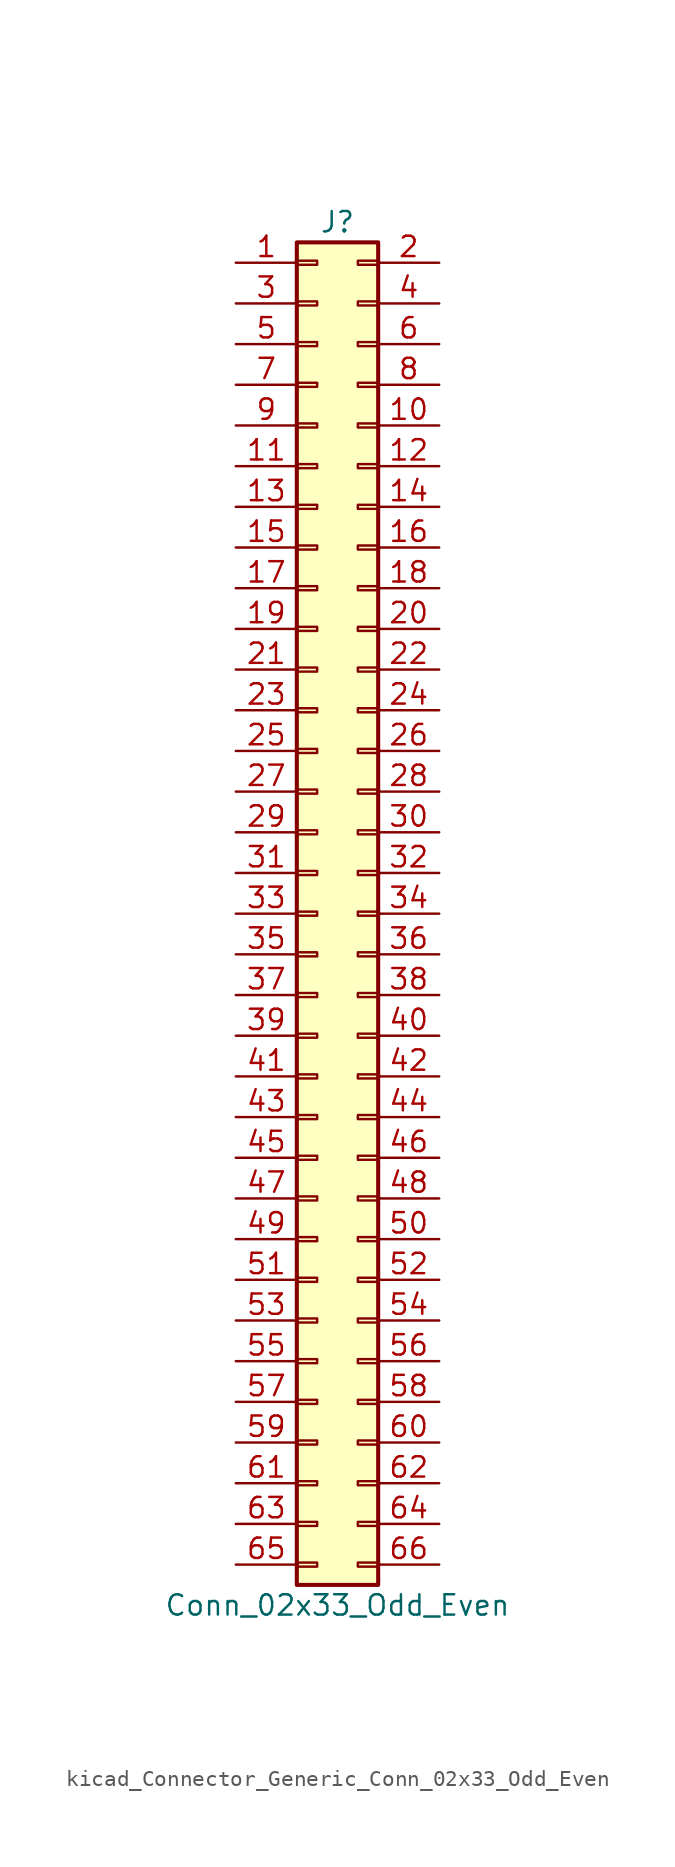
<source format=kicad_sym>
(kicad_symbol_lib
  (version 20220914)
  (generator kicad_symbol_editor)
  (symbol "kicad_Connector_Generic_Conn_02x33_Odd_Even"
    (pin_names
      (offset 1.016) hide)
    (property "Reference" "J"
      (at 1.27 43.18 0)
      (effects (font (size 1.27 1.27))))
    (property "Value" "Conn_02x33_Odd_Even"
      (at 1.27 -43.18 0)
      (effects (font (size 1.27 1.27))))
    (symbol "kicad_Connector_Generic_Conn_02x33_Odd_Even_1_1"
      (rectangle (start -1.27 -40.513) (end 0 -40.767) (stroke (width 0.152) (type default)) (fill (type none)))
      (rectangle (start -1.27 -37.973) (end 0 -38.227) (stroke (width 0.152) (type default)) (fill (type none)))
      (rectangle (start -1.27 -35.433) (end 0 -35.687) (stroke (width 0.152) (type default)) (fill (type none)))
      (rectangle (start -1.27 -32.893) (end 0 -33.147) (stroke (width 0.152) (type default)) (fill (type none)))
      (rectangle (start -1.27 -30.353) (end 0 -30.607) (stroke (width 0.152) (type default)) (fill (type none)))
      (rectangle (start -1.27 -27.813) (end 0 -28.067) (stroke (width 0.152) (type default)) (fill (type none)))
      (rectangle (start -1.27 -25.273) (end 0 -25.527) (stroke (width 0.152) (type default)) (fill (type none)))
      (rectangle (start -1.27 -22.733) (end 0 -22.987) (stroke (width 0.152) (type default)) (fill (type none)))
      (rectangle (start -1.27 -20.193) (end 0 -20.447) (stroke (width 0.152) (type default)) (fill (type none)))
      (rectangle (start -1.27 -17.653) (end 0 -17.907) (stroke (width 0.152) (type default)) (fill (type none)))
      (rectangle (start -1.27 -15.113) (end 0 -15.367) (stroke (width 0.152) (type default)) (fill (type none)))
      (rectangle (start -1.27 -12.573) (end 0 -12.827) (stroke (width 0.152) (type default)) (fill (type none)))
      (rectangle (start -1.27 -10.033) (end 0 -10.287) (stroke (width 0.152) (type default)) (fill (type none)))
      (rectangle (start -1.27 -7.493) (end 0 -7.747) (stroke (width 0.152) (type default)) (fill (type none)))
      (rectangle (start -1.27 -4.953) (end 0 -5.207) (stroke (width 0.152) (type default)) (fill (type none)))
      (rectangle (start -1.27 -2.413) (end 0 -2.667) (stroke (width 0.152) (type default)) (fill (type none)))
      (rectangle (start -1.27 0.127) (end 0 -0.127) (stroke (width 0.152) (type default)) (fill (type none)))
      (rectangle (start -1.27 2.667) (end 0 2.413) (stroke (width 0.152) (type default)) (fill (type none)))
      (rectangle (start -1.27 5.207) (end 0 4.953) (stroke (width 0.152) (type default)) (fill (type none)))
      (rectangle (start -1.27 7.747) (end 0 7.493) (stroke (width 0.152) (type default)) (fill (type none)))
      (rectangle (start -1.27 10.287) (end 0 10.033) (stroke (width 0.152) (type default)) (fill (type none)))
      (rectangle (start -1.27 12.827) (end 0 12.573) (stroke (width 0.152) (type default)) (fill (type none)))
      (rectangle (start -1.27 15.367) (end 0 15.113) (stroke (width 0.152) (type default)) (fill (type none)))
      (rectangle (start -1.27 17.907) (end 0 17.653) (stroke (width 0.152) (type default)) (fill (type none)))
      (rectangle (start -1.27 20.447) (end 0 20.193) (stroke (width 0.152) (type default)) (fill (type none)))
      (rectangle (start -1.27 22.987) (end 0 22.733) (stroke (width 0.152) (type default)) (fill (type none)))
      (rectangle (start -1.27 25.527) (end 0 25.273) (stroke (width 0.152) (type default)) (fill (type none)))
      (rectangle (start -1.27 28.067) (end 0 27.813) (stroke (width 0.152) (type default)) (fill (type none)))
      (rectangle (start -1.27 30.607) (end 0 30.353) (stroke (width 0.152) (type default)) (fill (type none)))
      (rectangle (start -1.27 33.147) (end 0 32.893) (stroke (width 0.152) (type default)) (fill (type none)))
      (rectangle (start -1.27 35.687) (end 0 35.433) (stroke (width 0.152) (type default)) (fill (type none)))
      (rectangle (start -1.27 38.227) (end 0 37.973) (stroke (width 0.152) (type default)) (fill (type none)))
      (rectangle (start -1.27 40.767) (end 0 40.513) (stroke (width 0.152) (type default)) (fill (type none)))
      (rectangle (start -1.27 41.91) (end 3.81 -41.91) (stroke (width 0.254) (type default)) (fill (type background)))
      (rectangle (start 3.81 -40.513) (end 2.54 -40.767) (stroke (width 0.152) (type default)) (fill (type none)))
      (rectangle (start 3.81 -37.973) (end 2.54 -38.227) (stroke (width 0.152) (type default)) (fill (type none)))
      (rectangle (start 3.81 -35.433) (end 2.54 -35.687) (stroke (width 0.152) (type default)) (fill (type none)))
      (rectangle (start 3.81 -32.893) (end 2.54 -33.147) (stroke (width 0.152) (type default)) (fill (type none)))
      (rectangle (start 3.81 -30.353) (end 2.54 -30.607) (stroke (width 0.152) (type default)) (fill (type none)))
      (rectangle (start 3.81 -27.813) (end 2.54 -28.067) (stroke (width 0.152) (type default)) (fill (type none)))
      (rectangle (start 3.81 -25.273) (end 2.54 -25.527) (stroke (width 0.152) (type default)) (fill (type none)))
      (rectangle (start 3.81 -22.733) (end 2.54 -22.987) (stroke (width 0.152) (type default)) (fill (type none)))
      (rectangle (start 3.81 -20.193) (end 2.54 -20.447) (stroke (width 0.152) (type default)) (fill (type none)))
      (rectangle (start 3.81 -17.653) (end 2.54 -17.907) (stroke (width 0.152) (type default)) (fill (type none)))
      (rectangle (start 3.81 -15.113) (end 2.54 -15.367) (stroke (width 0.152) (type default)) (fill (type none)))
      (rectangle (start 3.81 -12.573) (end 2.54 -12.827) (stroke (width 0.152) (type default)) (fill (type none)))
      (rectangle (start 3.81 -10.033) (end 2.54 -10.287) (stroke (width 0.152) (type default)) (fill (type none)))
      (rectangle (start 3.81 -7.493) (end 2.54 -7.747) (stroke (width 0.152) (type default)) (fill (type none)))
      (rectangle (start 3.81 -4.953) (end 2.54 -5.207) (stroke (width 0.152) (type default)) (fill (type none)))
      (rectangle (start 3.81 -2.413) (end 2.54 -2.667) (stroke (width 0.152) (type default)) (fill (type none)))
      (rectangle (start 3.81 0.127) (end 2.54 -0.127) (stroke (width 0.152) (type default)) (fill (type none)))
      (rectangle (start 3.81 2.667) (end 2.54 2.413) (stroke (width 0.152) (type default)) (fill (type none)))
      (rectangle (start 3.81 5.207) (end 2.54 4.953) (stroke (width 0.152) (type default)) (fill (type none)))
      (rectangle (start 3.81 7.747) (end 2.54 7.493) (stroke (width 0.152) (type default)) (fill (type none)))
      (rectangle (start 3.81 10.287) (end 2.54 10.033) (stroke (width 0.152) (type default)) (fill (type none)))
      (rectangle (start 3.81 12.827) (end 2.54 12.573) (stroke (width 0.152) (type default)) (fill (type none)))
      (rectangle (start 3.81 15.367) (end 2.54 15.113) (stroke (width 0.152) (type default)) (fill (type none)))
      (rectangle (start 3.81 17.907) (end 2.54 17.653) (stroke (width 0.152) (type default)) (fill (type none)))
      (rectangle (start 3.81 20.447) (end 2.54 20.193) (stroke (width 0.152) (type default)) (fill (type none)))
      (rectangle (start 3.81 22.987) (end 2.54 22.733) (stroke (width 0.152) (type default)) (fill (type none)))
      (rectangle (start 3.81 25.527) (end 2.54 25.273) (stroke (width 0.152) (type default)) (fill (type none)))
      (rectangle (start 3.81 28.067) (end 2.54 27.813) (stroke (width 0.152) (type default)) (fill (type none)))
      (rectangle (start 3.81 30.607) (end 2.54 30.353) (stroke (width 0.152) (type default)) (fill (type none)))
      (rectangle (start 3.81 33.147) (end 2.54 32.893) (stroke (width 0.152) (type default)) (fill (type none)))
      (rectangle (start 3.81 35.687) (end 2.54 35.433) (stroke (width 0.152) (type default)) (fill (type none)))
      (rectangle (start 3.81 38.227) (end 2.54 37.973) (stroke (width 0.152) (type default)) (fill (type none)))
      (rectangle (start 3.81 40.767) (end 2.54 40.513) (stroke (width 0.152) (type default)) (fill (type none)))
      (pin passive line (at -5.08 40.64 0) (length 3.81) (name "Pin_1" (effects (font (size 1.27 1.27)))) (number "1" (effects (font (size 1.27 1.27)))))
      (pin passive line (at 7.62 30.48 180) (length 3.81) (name "Pin_10" (effects (font (size 1.27 1.27)))) (number "10" (effects (font (size 1.27 1.27)))))
      (pin passive line (at -5.08 27.94 0) (length 3.81) (name "Pin_11" (effects (font (size 1.27 1.27)))) (number "11" (effects (font (size 1.27 1.27)))))
      (pin passive line (at 7.62 27.94 180) (length 3.81) (name "Pin_12" (effects (font (size 1.27 1.27)))) (number "12" (effects (font (size 1.27 1.27)))))
      (pin passive line (at -5.08 25.4 0) (length 3.81) (name "Pin_13" (effects (font (size 1.27 1.27)))) (number "13" (effects (font (size 1.27 1.27)))))
      (pin passive line (at 7.62 25.4 180) (length 3.81) (name "Pin_14" (effects (font (size 1.27 1.27)))) (number "14" (effects (font (size 1.27 1.27)))))
      (pin passive line (at -5.08 22.86 0) (length 3.81) (name "Pin_15" (effects (font (size 1.27 1.27)))) (number "15" (effects (font (size 1.27 1.27)))))
      (pin passive line (at 7.62 22.86 180) (length 3.81) (name "Pin_16" (effects (font (size 1.27 1.27)))) (number "16" (effects (font (size 1.27 1.27)))))
      (pin passive line (at -5.08 20.32 0) (length 3.81) (name "Pin_17" (effects (font (size 1.27 1.27)))) (number "17" (effects (font (size 1.27 1.27)))))
      (pin passive line (at 7.62 20.32 180) (length 3.81) (name "Pin_18" (effects (font (size 1.27 1.27)))) (number "18" (effects (font (size 1.27 1.27)))))
      (pin passive line (at -5.08 17.78 0) (length 3.81) (name "Pin_19" (effects (font (size 1.27 1.27)))) (number "19" (effects (font (size 1.27 1.27)))))
      (pin passive line (at 7.62 40.64 180) (length 3.81) (name "Pin_2" (effects (font (size 1.27 1.27)))) (number "2" (effects (font (size 1.27 1.27)))))
      (pin passive line (at 7.62 17.78 180) (length 3.81) (name "Pin_20" (effects (font (size 1.27 1.27)))) (number "20" (effects (font (size 1.27 1.27)))))
      (pin passive line (at -5.08 15.24 0) (length 3.81) (name "Pin_21" (effects (font (size 1.27 1.27)))) (number "21" (effects (font (size 1.27 1.27)))))
      (pin passive line (at 7.62 15.24 180) (length 3.81) (name "Pin_22" (effects (font (size 1.27 1.27)))) (number "22" (effects (font (size 1.27 1.27)))))
      (pin passive line (at -5.08 12.7 0) (length 3.81) (name "Pin_23" (effects (font (size 1.27 1.27)))) (number "23" (effects (font (size 1.27 1.27)))))
      (pin passive line (at 7.62 12.7 180) (length 3.81) (name "Pin_24" (effects (font (size 1.27 1.27)))) (number "24" (effects (font (size 1.27 1.27)))))
      (pin passive line (at -5.08 10.16 0) (length 3.81) (name "Pin_25" (effects (font (size 1.27 1.27)))) (number "25" (effects (font (size 1.27 1.27)))))
      (pin passive line (at 7.62 10.16 180) (length 3.81) (name "Pin_26" (effects (font (size 1.27 1.27)))) (number "26" (effects (font (size 1.27 1.27)))))
      (pin passive line (at -5.08 7.62 0) (length 3.81) (name "Pin_27" (effects (font (size 1.27 1.27)))) (number "27" (effects (font (size 1.27 1.27)))))
      (pin passive line (at 7.62 7.62 180) (length 3.81) (name "Pin_28" (effects (font (size 1.27 1.27)))) (number "28" (effects (font (size 1.27 1.27)))))
      (pin passive line (at -5.08 5.08 0) (length 3.81) (name "Pin_29" (effects (font (size 1.27 1.27)))) (number "29" (effects (font (size 1.27 1.27)))))
      (pin passive line (at -5.08 38.1 0) (length 3.81) (name "Pin_3" (effects (font (size 1.27 1.27)))) (number "3" (effects (font (size 1.27 1.27)))))
      (pin passive line (at 7.62 5.08 180) (length 3.81) (name "Pin_30" (effects (font (size 1.27 1.27)))) (number "30" (effects (font (size 1.27 1.27)))))
      (pin passive line (at -5.08 2.54 0) (length 3.81) (name "Pin_31" (effects (font (size 1.27 1.27)))) (number "31" (effects (font (size 1.27 1.27)))))
      (pin passive line (at 7.62 2.54 180) (length 3.81) (name "Pin_32" (effects (font (size 1.27 1.27)))) (number "32" (effects (font (size 1.27 1.27)))))
      (pin passive line (at -5.08 0 0) (length 3.81) (name "Pin_33" (effects (font (size 1.27 1.27)))) (number "33" (effects (font (size 1.27 1.27)))))
      (pin passive line (at 7.62 0 180) (length 3.81) (name "Pin_34" (effects (font (size 1.27 1.27)))) (number "34" (effects (font (size 1.27 1.27)))))
      (pin passive line (at -5.08 -2.54 0) (length 3.81) (name "Pin_35" (effects (font (size 1.27 1.27)))) (number "35" (effects (font (size 1.27 1.27)))))
      (pin passive line (at 7.62 -2.54 180) (length 3.81) (name "Pin_36" (effects (font (size 1.27 1.27)))) (number "36" (effects (font (size 1.27 1.27)))))
      (pin passive line (at -5.08 -5.08 0) (length 3.81) (name "Pin_37" (effects (font (size 1.27 1.27)))) (number "37" (effects (font (size 1.27 1.27)))))
      (pin passive line (at 7.62 -5.08 180) (length 3.81) (name "Pin_38" (effects (font (size 1.27 1.27)))) (number "38" (effects (font (size 1.27 1.27)))))
      (pin passive line (at -5.08 -7.62 0) (length 3.81) (name "Pin_39" (effects (font (size 1.27 1.27)))) (number "39" (effects (font (size 1.27 1.27)))))
      (pin passive line (at 7.62 38.1 180) (length 3.81) (name "Pin_4" (effects (font (size 1.27 1.27)))) (number "4" (effects (font (size 1.27 1.27)))))
      (pin passive line (at 7.62 -7.62 180) (length 3.81) (name "Pin_40" (effects (font (size 1.27 1.27)))) (number "40" (effects (font (size 1.27 1.27)))))
      (pin passive line (at -5.08 -10.16 0) (length 3.81) (name "Pin_41" (effects (font (size 1.27 1.27)))) (number "41" (effects (font (size 1.27 1.27)))))
      (pin passive line (at 7.62 -10.16 180) (length 3.81) (name "Pin_42" (effects (font (size 1.27 1.27)))) (number "42" (effects (font (size 1.27 1.27)))))
      (pin passive line (at -5.08 -12.7 0) (length 3.81) (name "Pin_43" (effects (font (size 1.27 1.27)))) (number "43" (effects (font (size 1.27 1.27)))))
      (pin passive line (at 7.62 -12.7 180) (length 3.81) (name "Pin_44" (effects (font (size 1.27 1.27)))) (number "44" (effects (font (size 1.27 1.27)))))
      (pin passive line (at -5.08 -15.24 0) (length 3.81) (name "Pin_45" (effects (font (size 1.27 1.27)))) (number "45" (effects (font (size 1.27 1.27)))))
      (pin passive line (at 7.62 -15.24 180) (length 3.81) (name "Pin_46" (effects (font (size 1.27 1.27)))) (number "46" (effects (font (size 1.27 1.27)))))
      (pin passive line (at -5.08 -17.78 0) (length 3.81) (name "Pin_47" (effects (font (size 1.27 1.27)))) (number "47" (effects (font (size 1.27 1.27)))))
      (pin passive line (at 7.62 -17.78 180) (length 3.81) (name "Pin_48" (effects (font (size 1.27 1.27)))) (number "48" (effects (font (size 1.27 1.27)))))
      (pin passive line (at -5.08 -20.32 0) (length 3.81) (name "Pin_49" (effects (font (size 1.27 1.27)))) (number "49" (effects (font (size 1.27 1.27)))))
      (pin passive line (at -5.08 35.56 0) (length 3.81) (name "Pin_5" (effects (font (size 1.27 1.27)))) (number "5" (effects (font (size 1.27 1.27)))))
      (pin passive line (at 7.62 -20.32 180) (length 3.81) (name "Pin_50" (effects (font (size 1.27 1.27)))) (number "50" (effects (font (size 1.27 1.27)))))
      (pin passive line (at -5.08 -22.86 0) (length 3.81) (name "Pin_51" (effects (font (size 1.27 1.27)))) (number "51" (effects (font (size 1.27 1.27)))))
      (pin passive line (at 7.62 -22.86 180) (length 3.81) (name "Pin_52" (effects (font (size 1.27 1.27)))) (number "52" (effects (font (size 1.27 1.27)))))
      (pin passive line (at -5.08 -25.4 0) (length 3.81) (name "Pin_53" (effects (font (size 1.27 1.27)))) (number "53" (effects (font (size 1.27 1.27)))))
      (pin passive line (at 7.62 -25.4 180) (length 3.81) (name "Pin_54" (effects (font (size 1.27 1.27)))) (number "54" (effects (font (size 1.27 1.27)))))
      (pin passive line (at -5.08 -27.94 0) (length 3.81) (name "Pin_55" (effects (font (size 1.27 1.27)))) (number "55" (effects (font (size 1.27 1.27)))))
      (pin passive line (at 7.62 -27.94 180) (length 3.81) (name "Pin_56" (effects (font (size 1.27 1.27)))) (number "56" (effects (font (size 1.27 1.27)))))
      (pin passive line (at -5.08 -30.48 0) (length 3.81) (name "Pin_57" (effects (font (size 1.27 1.27)))) (number "57" (effects (font (size 1.27 1.27)))))
      (pin passive line (at 7.62 -30.48 180) (length 3.81) (name "Pin_58" (effects (font (size 1.27 1.27)))) (number "58" (effects (font (size 1.27 1.27)))))
      (pin passive line (at -5.08 -33.02 0) (length 3.81) (name "Pin_59" (effects (font (size 1.27 1.27)))) (number "59" (effects (font (size 1.27 1.27)))))
      (pin passive line (at 7.62 35.56 180) (length 3.81) (name "Pin_6" (effects (font (size 1.27 1.27)))) (number "6" (effects (font (size 1.27 1.27)))))
      (pin passive line (at 7.62 -33.02 180) (length 3.81) (name "Pin_60" (effects (font (size 1.27 1.27)))) (number "60" (effects (font (size 1.27 1.27)))))
      (pin passive line (at -5.08 -35.56 0) (length 3.81) (name "Pin_61" (effects (font (size 1.27 1.27)))) (number "61" (effects (font (size 1.27 1.27)))))
      (pin passive line (at 7.62 -35.56 180) (length 3.81) (name "Pin_62" (effects (font (size 1.27 1.27)))) (number "62" (effects (font (size 1.27 1.27)))))
      (pin passive line (at -5.08 -38.1 0) (length 3.81) (name "Pin_63" (effects (font (size 1.27 1.27)))) (number "63" (effects (font (size 1.27 1.27)))))
      (pin passive line (at 7.62 -38.1 180) (length 3.81) (name "Pin_64" (effects (font (size 1.27 1.27)))) (number "64" (effects (font (size 1.27 1.27)))))
      (pin passive line (at -5.08 -40.64 0) (length 3.81) (name "Pin_65" (effects (font (size 1.27 1.27)))) (number "65" (effects (font (size 1.27 1.27)))))
      (pin passive line (at 7.62 -40.64 180) (length 3.81) (name "Pin_66" (effects (font (size 1.27 1.27)))) (number "66" (effects (font (size 1.27 1.27)))))
      (pin passive line (at -5.08 33.02 0) (length 3.81) (name "Pin_7" (effects (font (size 1.27 1.27)))) (number "7" (effects (font (size 1.27 1.27)))))
      (pin passive line (at 7.62 33.02 180) (length 3.81) (name "Pin_8" (effects (font (size 1.27 1.27)))) (number "8" (effects (font (size 1.27 1.27)))))
      (pin passive line (at -5.08 30.48 0) (length 3.81) (name "Pin_9" (effects (font (size 1.27 1.27)))) (number "9" (effects (font (size 1.27 1.27))))))))
</source>
